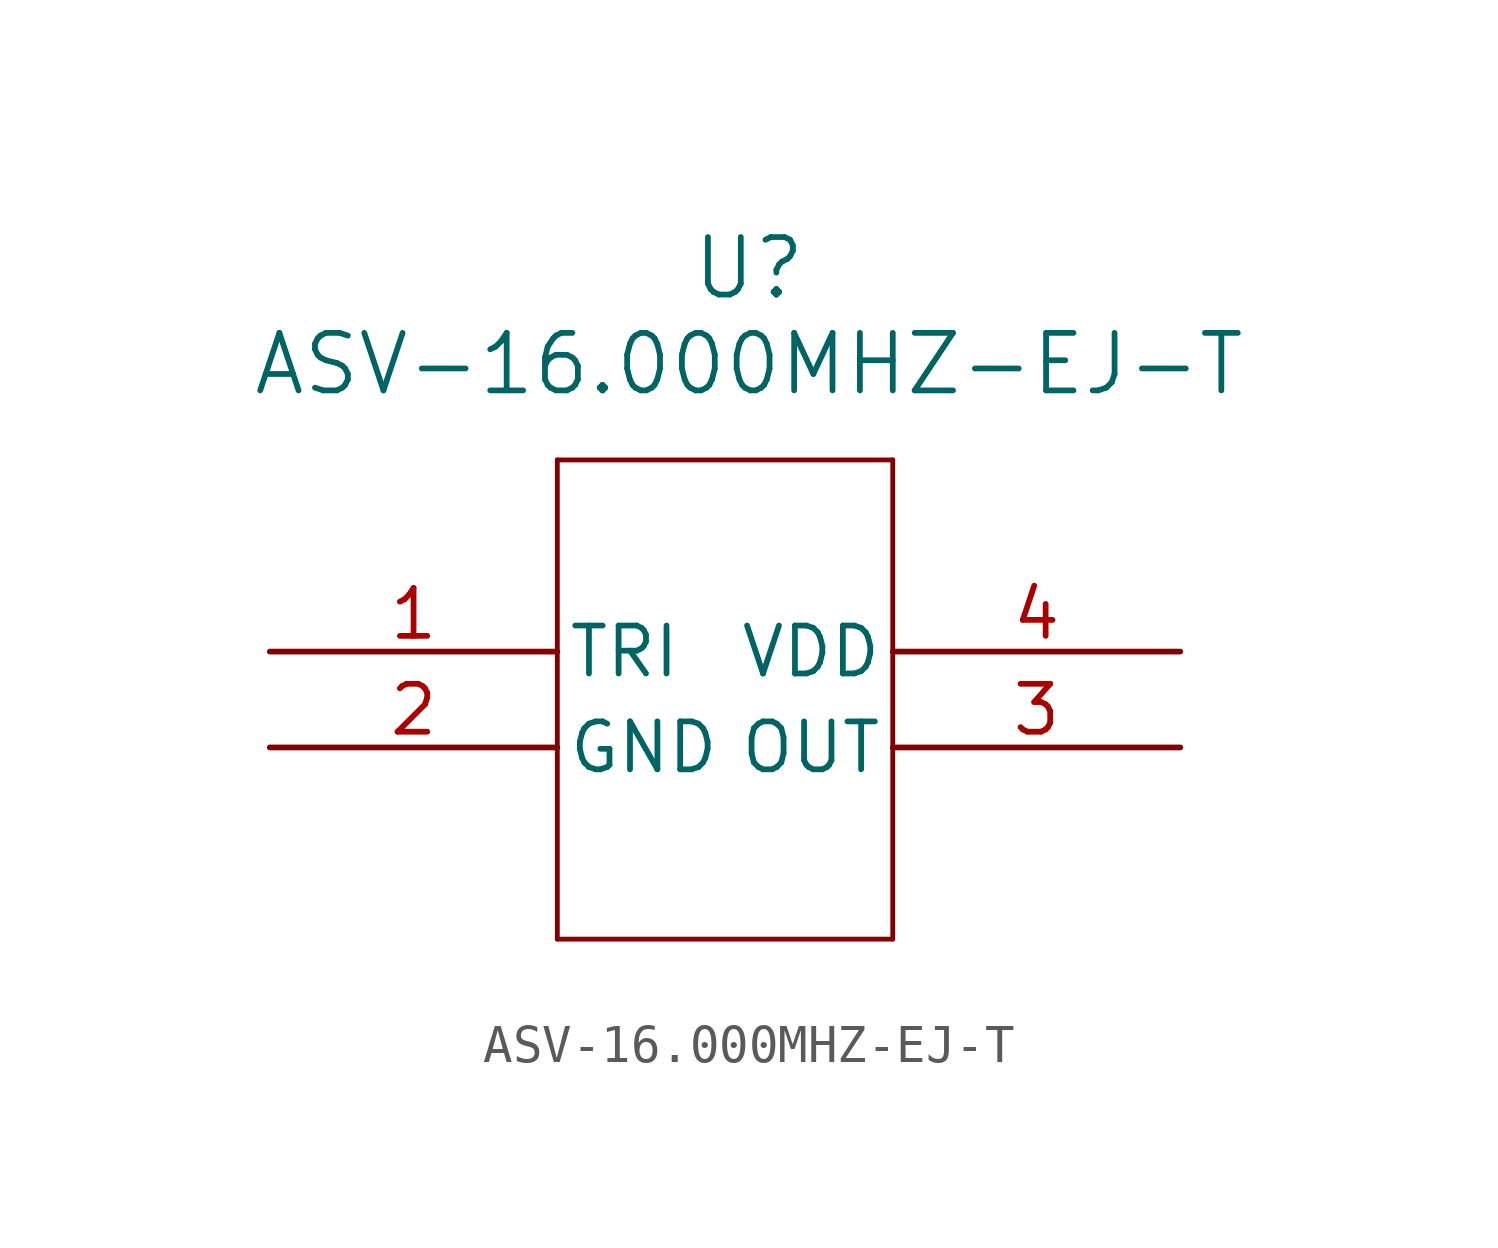
<source format=kicad_sym>
(kicad_symbol_lib
  (version 20220914)
  (generator kicad_symbol_editor)
  (symbol "ASV-16.000MHZ-EJ-T"
    (pin_names
      (offset 0.254))
    (property "Reference" "U"
      (at 0 11.43 0)
      (effects (font (size 1.524 1.524))))
    (property "Value" "ASV-16.000MHZ-EJ-T"
      (at 0 8.89 0)
      (effects (font (size 1.524 1.524))))
    (property "ki_locked" ""
      (at 0 0 0)
      (effects (font (size 1.27 1.27))))
    (symbol "ASV-16.000MHZ-EJ-T_0_1"
      (polyline (pts (xy -5.08 -6.35) (xy 3.81 -6.35)) (stroke (width 0.127) (type default)) (fill (type none)))
      (polyline (pts (xy -5.08 6.35) (xy -5.08 -6.35)) (stroke (width 0.127) (type default)) (fill (type none)))
      (polyline (pts (xy 3.81 -6.35) (xy 3.81 6.35)) (stroke (width 0.127) (type default)) (fill (type none)))
      (polyline (pts (xy 3.81 6.35) (xy -5.08 6.35)) (stroke (width 0.127) (type default)) (fill (type none))))
    (symbol "ASV-16.000MHZ-EJ-T_1_1"
      (pin tri_state line (at -12.7 1.27 0) (length 7.62) (name "TRI" (effects (font (size 1.27 1.27)))) (number "1" (effects (font (size 1.27 1.27)))))
      (pin input line (at -12.7 -1.27 0) (length 7.62) (name "GND" (effects (font (size 1.27 1.27)))) (number "2" (effects (font (size 1.27 1.27)))))
      (pin output line (at 11.43 -1.27 180) (length 7.62) (name "OUT" (effects (font (size 1.27 1.27)))) (number "3" (effects (font (size 1.27 1.27)))))
      (pin power_in line (at 11.43 1.27 180) (length 7.62) (name "VDD" (effects (font (size 1.27 1.27)))) (number "4" (effects (font (size 1.27 1.27))))))))
</source>
